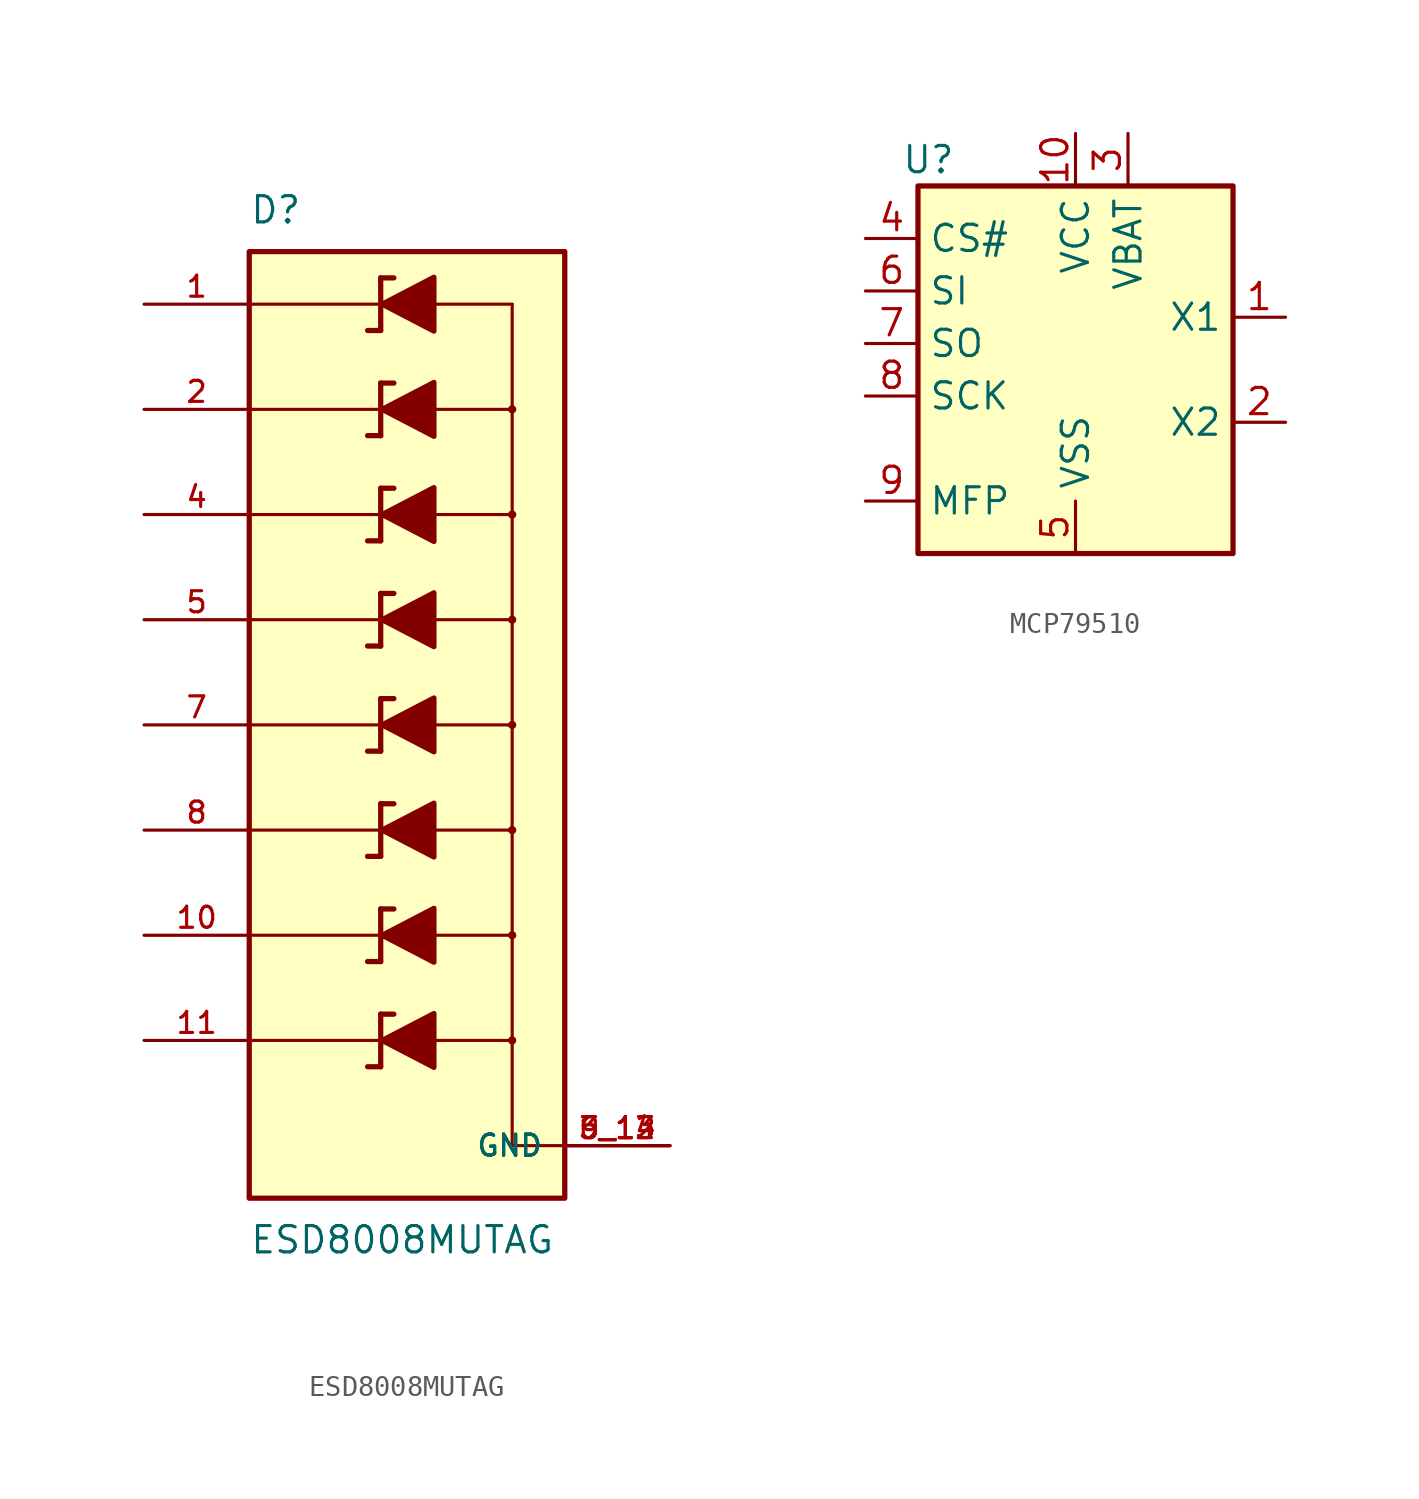
<source format=kicad_sym>
(kicad_symbol_lib
  (version 20231120)
  (generator "kicad_symbol_editor")
  (generator_version "8.0")
  (symbol "ESD8008MUTAG"
    (pin_names
      (offset 1.016))
    (property "Reference" "D"
      (at -7.62 24.13 0)
      (effects (font (size 1.27 1.27)) (justify left bottom)))
    (property "Value" "ESD8008MUTAG"
      (at -7.62 -24.13 0)
      (effects (font (size 1.27 1.27)) (justify left top)))
    (symbol "ESD8008MUTAG_0_0"
      (rectangle (start -7.62 22.86) (end 7.62 -22.86) (stroke (width 0.254) (type default)) (fill (type background)))
      (polyline (pts (xy -7.62 -15.24) (xy -1.27 -15.24)) (stroke (width 0.152) (type default)) (fill (type none)))
      (polyline (pts (xy -7.62 -10.16) (xy -1.27 -10.16)) (stroke (width 0.152) (type default)) (fill (type none)))
      (polyline (pts (xy -7.62 -5.08) (xy -1.27 -5.08)) (stroke (width 0.152) (type default)) (fill (type none)))
      (polyline (pts (xy -7.62 0) (xy -1.27 0)) (stroke (width 0.152) (type default)) (fill (type none)))
      (polyline (pts (xy -7.62 5.08) (xy -1.27 5.08)) (stroke (width 0.152) (type default)) (fill (type none)))
      (polyline (pts (xy -7.62 10.16) (xy -1.27 10.16)) (stroke (width 0.152) (type default)) (fill (type none)))
      (polyline (pts (xy -7.62 15.24) (xy -1.27 15.24)) (stroke (width 0.152) (type default)) (fill (type none)))
      (polyline (pts (xy -7.62 20.32) (xy -1.27 20.32)) (stroke (width 0.152) (type default)) (fill (type none)))
      (polyline (pts (xy -1.905 -16.51) (xy -1.27 -16.51)) (stroke (width 0.254) (type default)) (fill (type none)))
      (polyline (pts (xy -1.905 -11.43) (xy -1.27 -11.43)) (stroke (width 0.254) (type default)) (fill (type none)))
      (polyline (pts (xy -1.905 -6.35) (xy -1.27 -6.35)) (stroke (width 0.254) (type default)) (fill (type none)))
      (polyline (pts (xy -1.905 -1.27) (xy -1.27 -1.27)) (stroke (width 0.254) (type default)) (fill (type none)))
      (polyline (pts (xy -1.905 3.81) (xy -1.27 3.81)) (stroke (width 0.254) (type default)) (fill (type none)))
      (polyline (pts (xy -1.905 8.89) (xy -1.27 8.89)) (stroke (width 0.254) (type default)) (fill (type none)))
      (polyline (pts (xy -1.905 13.97) (xy -1.27 13.97)) (stroke (width 0.254) (type default)) (fill (type none)))
      (polyline (pts (xy -1.905 19.05) (xy -1.27 19.05)) (stroke (width 0.254) (type default)) (fill (type none)))
      (polyline (pts (xy -1.27 -16.51) (xy -1.27 -15.24)) (stroke (width 0.254) (type default)) (fill (type none)))
      (polyline (pts (xy -1.27 -15.24) (xy -1.27 -13.97)) (stroke (width 0.254) (type default)) (fill (type none)))
      (polyline (pts (xy -1.27 -11.43) (xy -1.27 -10.16)) (stroke (width 0.254) (type default)) (fill (type none)))
      (polyline (pts (xy -1.27 -10.16) (xy -1.27 -8.89)) (stroke (width 0.254) (type default)) (fill (type none)))
      (polyline (pts (xy -1.27 -6.35) (xy -1.27 -5.08)) (stroke (width 0.254) (type default)) (fill (type none)))
      (polyline (pts (xy -1.27 -5.08) (xy -1.27 -3.81)) (stroke (width 0.254) (type default)) (fill (type none)))
      (polyline (pts (xy -1.27 -1.27) (xy -1.27 0)) (stroke (width 0.254) (type default)) (fill (type none)))
      (polyline (pts (xy -1.27 0) (xy -1.27 1.27)) (stroke (width 0.254) (type default)) (fill (type none)))
      (polyline (pts (xy -1.27 3.81) (xy -1.27 5.08)) (stroke (width 0.254) (type default)) (fill (type none)))
      (polyline (pts (xy -1.27 5.08) (xy -1.27 6.35)) (stroke (width 0.254) (type default)) (fill (type none)))
      (polyline (pts (xy -1.27 8.89) (xy -1.27 10.16)) (stroke (width 0.254) (type default)) (fill (type none)))
      (polyline (pts (xy -1.27 10.16) (xy -1.27 11.43)) (stroke (width 0.254) (type default)) (fill (type none)))
      (polyline (pts (xy -1.27 13.97) (xy -1.27 15.24)) (stroke (width 0.254) (type default)) (fill (type none)))
      (polyline (pts (xy -1.27 15.24) (xy -1.27 16.51)) (stroke (width 0.254) (type default)) (fill (type none)))
      (polyline (pts (xy -1.27 19.05) (xy -1.27 20.32)) (stroke (width 0.254) (type default)) (fill (type none)))
      (polyline (pts (xy -1.27 20.32) (xy -1.27 21.59)) (stroke (width 0.254) (type default)) (fill (type none)))
      (polyline (pts (xy -0.635 -13.97) (xy -1.27 -13.97)) (stroke (width 0.254) (type default)) (fill (type none)))
      (polyline (pts (xy -0.635 -8.89) (xy -1.27 -8.89)) (stroke (width 0.254) (type default)) (fill (type none)))
      (polyline (pts (xy -0.635 -3.81) (xy -1.27 -3.81)) (stroke (width 0.254) (type default)) (fill (type none)))
      (polyline (pts (xy -0.635 1.27) (xy -1.27 1.27)) (stroke (width 0.254) (type default)) (fill (type none)))
      (polyline (pts (xy -0.635 6.35) (xy -1.27 6.35)) (stroke (width 0.254) (type default)) (fill (type none)))
      (polyline (pts (xy -0.635 11.43) (xy -1.27 11.43)) (stroke (width 0.254) (type default)) (fill (type none)))
      (polyline (pts (xy -0.635 16.51) (xy -1.27 16.51)) (stroke (width 0.254) (type default)) (fill (type none)))
      (polyline (pts (xy -0.635 21.59) (xy -1.27 21.59)) (stroke (width 0.254) (type default)) (fill (type none)))
      (polyline (pts (xy 5.08 -20.32) (xy 7.62 -20.32)) (stroke (width 0.152) (type default)) (fill (type none)))
      (polyline (pts (xy 5.08 -15.24) (xy 0 -15.24)) (stroke (width 0.152) (type default)) (fill (type none)))
      (polyline (pts (xy 5.08 -15.24) (xy 5.08 -20.32)) (stroke (width 0.152) (type default)) (fill (type none)))
      (polyline (pts (xy 5.08 -10.16) (xy 0 -10.16)) (stroke (width 0.152) (type default)) (fill (type none)))
      (polyline (pts (xy 5.08 -10.16) (xy 5.08 -15.24)) (stroke (width 0.152) (type default)) (fill (type none)))
      (polyline (pts (xy 5.08 -5.08) (xy 0 -5.08)) (stroke (width 0.152) (type default)) (fill (type none)))
      (polyline (pts (xy 5.08 -5.08) (xy 5.08 -10.16)) (stroke (width 0.152) (type default)) (fill (type none)))
      (polyline (pts (xy 5.08 0) (xy 0 0)) (stroke (width 0.152) (type default)) (fill (type none)))
      (polyline (pts (xy 5.08 0) (xy 5.08 -5.08)) (stroke (width 0.152) (type default)) (fill (type none)))
      (polyline (pts (xy 5.08 0) (xy 5.08 5.08)) (stroke (width 0.152) (type default)) (fill (type none)))
      (polyline (pts (xy 5.08 5.08) (xy 0 5.08)) (stroke (width 0.152) (type default)) (fill (type none)))
      (polyline (pts (xy 5.08 5.08) (xy 5.08 10.16)) (stroke (width 0.152) (type default)) (fill (type none)))
      (polyline (pts (xy 5.08 10.16) (xy 0 10.16)) (stroke (width 0.152) (type default)) (fill (type none)))
      (polyline (pts (xy 5.08 10.16) (xy 5.08 15.24)) (stroke (width 0.152) (type default)) (fill (type none)))
      (polyline (pts (xy 5.08 15.24) (xy 0 15.24)) (stroke (width 0.152) (type default)) (fill (type none)))
      (polyline (pts (xy 5.08 15.24) (xy 5.08 20.32)) (stroke (width 0.152) (type default)) (fill (type none)))
      (polyline (pts (xy 5.08 20.32) (xy 0 20.32)) (stroke (width 0.152) (type default)) (fill (type none)))
      (polyline (pts (xy 1.3 -13.94) (xy 1.3 -16.54) (xy -1.2 -15.24) (xy 1.3 -13.94)) (stroke (width 0.254) (type default)) (fill (type outline)))
      (polyline (pts (xy 1.3 -8.86) (xy 1.3 -11.46) (xy -1.2 -10.16) (xy 1.3 -8.86)) (stroke (width 0.254) (type default)) (fill (type outline)))
      (polyline (pts (xy 1.3 -3.78) (xy 1.3 -6.38) (xy -1.2 -5.08) (xy 1.3 -3.78)) (stroke (width 0.254) (type default)) (fill (type outline)))
      (polyline (pts (xy 1.3 1.3) (xy 1.3 -1.3) (xy -1.2 0) (xy 1.3 1.3)) (stroke (width 0.254) (type default)) (fill (type outline)))
      (polyline (pts (xy 1.3 6.38) (xy 1.3 3.78) (xy -1.2 5.08) (xy 1.3 6.38)) (stroke (width 0.254) (type default)) (fill (type outline)))
      (polyline (pts (xy 1.3 11.46) (xy 1.3 8.86) (xy -1.2 10.16) (xy 1.3 11.46)) (stroke (width 0.254) (type default)) (fill (type outline)))
      (polyline (pts (xy 1.3 16.54) (xy 1.3 13.94) (xy -1.2 15.24) (xy 1.3 16.54)) (stroke (width 0.254) (type default)) (fill (type outline)))
      (polyline (pts (xy 1.3 21.62) (xy 1.3 19.02) (xy -1.2 20.32) (xy 1.3 21.62)) (stroke (width 0.254) (type default)) (fill (type outline)))
      (circle (center 5.08 -15.24) (radius 0.1) (stroke (width 0.2) (type default)) (fill (type none)))
      (circle (center 5.08 -10.16) (radius 0.1) (stroke (width 0.2) (type default)) (fill (type none)))
      (circle (center 5.08 -5.08) (radius 0.1) (stroke (width 0.2) (type default)) (fill (type none)))
      (circle (center 5.08 0) (radius 0.1) (stroke (width 0.2) (type default)) (fill (type none)))
      (circle (center 5.08 5.08) (radius 0.1) (stroke (width 0.2) (type default)) (fill (type none)))
      (circle (center 5.08 10.16) (radius 0.1) (stroke (width 0.2) (type default)) (fill (type none)))
      (circle (center 5.08 15.24) (radius 0.1) (stroke (width 0.2) (type default)) (fill (type none)))
      (pin bidirectional line (at -12.7 20.32 0) (length 5.08) (name "~" (effects (font (size 1.016 1.016)))) (number "1" (effects (font (size 1.016 1.016)))))
      (pin bidirectional line (at -12.7 -10.16 0) (length 5.08) (name "~" (effects (font (size 1.016 1.016)))) (number "10" (effects (font (size 1.016 1.016)))))
      (pin bidirectional line (at -12.7 -15.24 0) (length 5.08) (name "~" (effects (font (size 1.016 1.016)))) (number "11" (effects (font (size 1.016 1.016)))))
      (pin bidirectional line (at -12.7 15.24 0) (length 5.08) (name "~" (effects (font (size 1.016 1.016)))) (number "2" (effects (font (size 1.016 1.016)))))
      (pin power_in line (at 12.7 -20.32 180) (length 5.08) (name "GND" (effects (font (size 1.016 1.016)))) (number "3_14" (effects (font (size 1.016 1.016)))))
      (pin bidirectional line (at -12.7 10.16 0) (length 5.08) (name "~" (effects (font (size 1.016 1.016)))) (number "4" (effects (font (size 1.016 1.016)))))
      (pin bidirectional line (at -12.7 5.08 0) (length 5.08) (name "~" (effects (font (size 1.016 1.016)))) (number "5" (effects (font (size 1.016 1.016)))))
      (pin power_in line (at 12.7 -20.32 180) (length 5.08) (name "GND" (effects (font (size 1.016 1.016)))) (number "6_13" (effects (font (size 1.016 1.016)))))
      (pin bidirectional line (at -12.7 0 0) (length 5.08) (name "~" (effects (font (size 1.016 1.016)))) (number "7" (effects (font (size 1.016 1.016)))))
      (pin bidirectional line (at -12.7 -5.08 0) (length 5.08) (name "~" (effects (font (size 1.016 1.016)))) (number "8" (effects (font (size 1.016 1.016)))))
      (pin power_in line (at 12.7 -20.32 180) (length 5.08) (name "GND" (effects (font (size 1.016 1.016)))) (number "9_12" (effects (font (size 1.016 1.016)))))))
  (symbol "MCP79510"
    (property "Reference" "U"
      (at -7.112 10.16 0)
      (effects (font (size 1.27 1.27))))
    (property "Value" ""
      (at 0 0 0)
      (effects (font (size 1.27 1.27))))
    (symbol "MCP79510_0_1"
      (rectangle (start -7.62 8.89) (end 7.62 -8.89) (stroke (width 0.254) (type default)) (fill (type background))))
    (symbol "MCP79510_1_1"
      (pin input line (at 10.16 2.54 180) (length 2.54) (name "X1" (effects (font (size 1.27 1.27)))) (number "1" (effects (font (size 1.27 1.27)))))
      (pin power_in line (at 0 11.43 270) (length 2.54) (name "VCC" (effects (font (size 1.27 1.27)))) (number "10" (effects (font (size 1.27 1.27)))))
      (pin output line (at 10.16 -2.54 180) (length 2.54) (name "X2" (effects (font (size 1.27 1.27)))) (number "2" (effects (font (size 1.27 1.27)))))
      (pin power_in line (at 2.54 11.43 270) (length 2.54) (name "VBAT" (effects (font (size 1.27 1.27)))) (number "3" (effects (font (size 1.27 1.27)))))
      (pin input line (at -10.16 6.35 0) (length 2.54) (name "CS#" (effects (font (size 1.27 1.27)))) (number "4" (effects (font (size 1.27 1.27)))))
      (pin power_in line (at 0 -8.89 90) (length 2.54) (name "VSS" (effects (font (size 1.27 1.27)))) (number "5" (effects (font (size 1.27 1.27)))))
      (pin input line (at -10.16 3.81 0) (length 2.54) (name "SI" (effects (font (size 1.27 1.27)))) (number "6" (effects (font (size 1.27 1.27)))))
      (pin output line (at -10.16 1.27 0) (length 2.54) (name "SO" (effects (font (size 1.27 1.27)))) (number "7" (effects (font (size 1.27 1.27)))))
      (pin input line (at -10.16 -1.27 0) (length 2.54) (name "SCK" (effects (font (size 1.27 1.27)))) (number "8" (effects (font (size 1.27 1.27)))))
      (pin open_collector line (at -10.16 -6.35 0) (length 2.54) (name "MFP" (effects (font (size 1.27 1.27)))) (number "9" (effects (font (size 1.27 1.27))))))))
</source>
